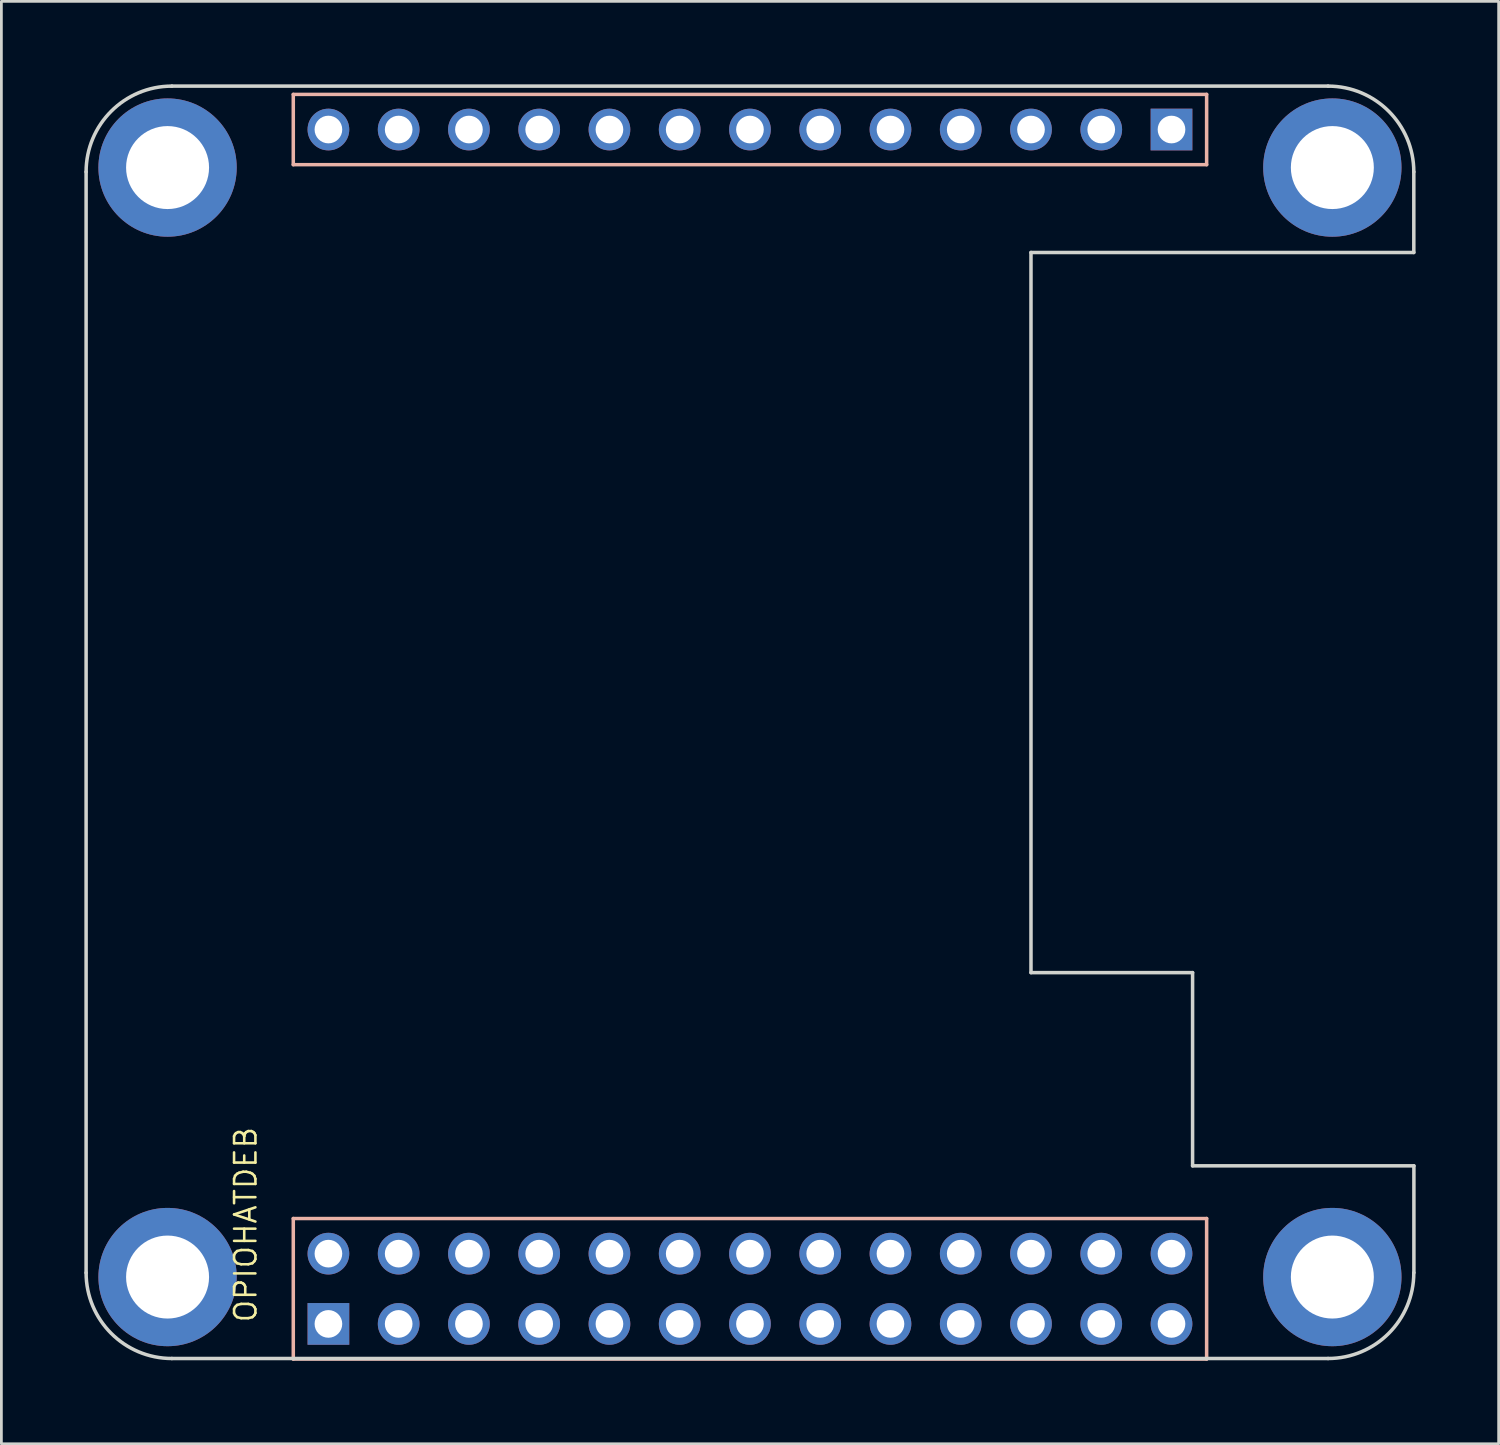
<source format=kicad_pcb>
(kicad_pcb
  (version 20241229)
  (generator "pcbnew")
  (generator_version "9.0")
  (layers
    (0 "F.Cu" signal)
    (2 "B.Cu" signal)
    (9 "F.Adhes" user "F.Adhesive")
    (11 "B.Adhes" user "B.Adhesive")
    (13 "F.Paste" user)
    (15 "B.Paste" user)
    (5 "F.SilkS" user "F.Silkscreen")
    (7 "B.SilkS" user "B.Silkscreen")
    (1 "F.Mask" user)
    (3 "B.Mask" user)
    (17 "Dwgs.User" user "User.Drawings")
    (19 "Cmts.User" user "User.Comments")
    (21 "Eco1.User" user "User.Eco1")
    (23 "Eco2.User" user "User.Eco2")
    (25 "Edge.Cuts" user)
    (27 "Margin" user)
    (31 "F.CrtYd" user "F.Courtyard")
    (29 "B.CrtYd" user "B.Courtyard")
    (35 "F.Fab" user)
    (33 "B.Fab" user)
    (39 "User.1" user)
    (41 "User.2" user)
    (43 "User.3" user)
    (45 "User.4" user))
  (footprint "OPIOHATDEB"
    (layer "F.Cu")
    (at 8.823 44.813)
    (property "Reference" "OPIOHATDEB" (at -2.54 0 90) (layer "F.SilkS") (effects (font (size 0.772 0.772) (thickness 0.093)) (justify left bottom)))
    (attr through_hole)
    (fp_line (start -1.27 -44.45) (end -1.27 -41.91) (stroke (width 0.127) (type solid)) (layer "B.SilkS"))
    (fp_line (start -1.27 -44.45) (end 31.75 -44.45) (stroke (width 0.127) (type solid)) (layer "B.SilkS"))
    (fp_line (start -1.27 -41.91) (end 31.75 -41.91) (stroke (width 0.127) (type solid)) (layer "B.SilkS"))
    (fp_line (start -1.27 -3.81) (end 31.75 -3.81) (stroke (width 0.127) (type solid)) (layer "B.SilkS"))
    (fp_line (start -1.27 1.27) (end -1.27 -3.81) (stroke (width 0.127) (type solid)) (layer "B.SilkS"))
    (fp_line (start -1.27 1.27) (end 31.75 1.27) (stroke (width 0.127) (type solid)) (layer "B.SilkS"))
    (fp_line (start 31.75 -41.91) (end 31.75 -44.45) (stroke (width 0.127) (type solid)) (layer "B.SilkS"))
    (fp_line (start 31.75 -3.81) (end 31.75 1.27) (stroke (width 0.127) (type solid)) (layer "B.SilkS"))
    (fp_line (start -8.76 -41.65) (end -8.76 -1.85) (stroke (width 0.127) (type solid)) (layer "Edge.Cuts"))
    (fp_line (start -5.66 1.25) (end 36.14 1.25) (stroke (width 0.127) (type solid)) (layer "Edge.Cuts"))
    (fp_line (start 25.4 -38.735) (end 25.4 -12.7) (stroke (width 0.127) (type solid)) (layer "Edge.Cuts"))
    (fp_line (start 25.4 -12.7) (end 31.242 -12.7) (stroke (width 0.127) (type solid)) (layer "Edge.Cuts"))
    (fp_line (start 31.242 -12.7) (end 31.242 -5.715) (stroke (width 0.127) (type solid)) (layer "Edge.Cuts"))
    (fp_line (start 31.242 -5.715) (end 39.243 -5.715) (stroke (width 0.127) (type solid)) (layer "Edge.Cuts"))
    (fp_line (start 36.14 -44.75) (end -5.66 -44.75) (stroke (width 0.127) (type solid)) (layer "Edge.Cuts"))
    (fp_line (start 39.24 -38.735) (end 25.4 -38.735) (stroke (width 0.127) (type solid)) (layer "Edge.Cuts"))
    (fp_line (start 39.24 -38.735) (end 39.24 -41.65) (stroke (width 0.127) (type solid)) (layer "Edge.Cuts"))
    (fp_line (start 39.243 -5.715) (end 39.243 -1.854) (stroke (width 0.127) (type solid)) (layer "Edge.Cuts"))
    (fp_arc (start -8.759953 -41.649609) (mid -7.851984 -43.84164) (end -5.659953 -44.749609) (stroke (width 0.127) (type solid)) (layer "Edge.Cuts"))
    (fp_arc (start -5.659953 1.250391) (mid -7.851984 0.342422) (end -8.759953 -1.849609) (stroke (width 0.127) (type solid)) (layer "Edge.Cuts"))
    (fp_arc (start 36.140046 -44.749609) (mid 38.332077 -43.84164) (end 39.240046 -41.649609) (stroke (width 0.127) (type solid)) (layer "Edge.Cuts"))
    (fp_arc (start 39.240045 -1.849609) (mid 38.332076 0.342421) (end 36.140046 1.25039) (stroke (width 0.127) (type solid)) (layer "Edge.Cuts"))
    (pad "" np_thru_hole circle (at -5.815 -41.805) (size 5 5) (drill 3) (layers "*.Cu" "*.Mask"))
    (pad "" np_thru_hole circle (at -5.815 -1.694) (size 5 5) (drill 3) (layers "*.Cu" "*.Mask"))
    (pad "" np_thru_hole circle (at 36.295 -41.805) (size 5 5) (drill 3) (layers "*.Cu" "*.Mask"))
    (pad "" np_thru_hole circle (at 36.295 -1.694) (size 5 5) (drill 3) (layers "*.Cu" "*.Mask"))
    (pad "1" thru_hole rect (at 0 0) (size 1.508 1.508) (drill 1) (layers "*.Cu" "*.Mask"))
    (pad "2" thru_hole circle (at 0 -2.54) (size 1.508 1.508) (drill 1) (layers "*.Cu" "*.Mask"))
    (pad "3" thru_hole circle (at 2.54 0) (size 1.508 1.508) (drill 1) (layers "*.Cu" "*.Mask"))
    (pad "4" thru_hole circle (at 2.54 -2.54) (size 1.508 1.508) (drill 1) (layers "*.Cu" "*.Mask"))
    (pad "5" thru_hole circle (at 5.08 0) (size 1.508 1.508) (drill 1) (layers "*.Cu" "*.Mask"))
    (pad "6" thru_hole circle (at 5.08 -2.54) (size 1.508 1.508) (drill 1) (layers "*.Cu" "*.Mask"))
    (pad "7" thru_hole circle (at 7.62 0) (size 1.508 1.508) (drill 1) (layers "*.Cu" "*.Mask"))
    (pad "8" thru_hole circle (at 7.62 -2.54) (size 1.508 1.508) (drill 1) (layers "*.Cu" "*.Mask"))
    (pad "9" thru_hole circle (at 10.16 0) (size 1.508 1.508) (drill 1) (layers "*.Cu" "*.Mask"))
    (pad "10" thru_hole circle (at 10.16 -2.54) (size 1.508 1.508) (drill 1) (layers "*.Cu" "*.Mask"))
    (pad "11" thru_hole circle (at 12.7 0) (size 1.508 1.508) (drill 1) (layers "*.Cu" "*.Mask"))
    (pad "12" thru_hole circle (at 12.7 -2.54) (size 1.508 1.508) (drill 1) (layers "*.Cu" "*.Mask"))
    (pad "13" thru_hole circle (at 15.24 0) (size 1.508 1.508) (drill 1) (layers "*.Cu" "*.Mask"))
    (pad "14" thru_hole circle (at 15.24 -2.54) (size 1.508 1.508) (drill 1) (layers "*.Cu" "*.Mask"))
    (pad "15" thru_hole circle (at 17.78 0) (size 1.508 1.508) (drill 1) (layers "*.Cu" "*.Mask"))
    (pad "16" thru_hole circle (at 17.78 -2.54) (size 1.508 1.508) (drill 1) (layers "*.Cu" "*.Mask"))
    (pad "17" thru_hole circle (at 20.32 0) (size 1.508 1.508) (drill 1) (layers "*.Cu" "*.Mask"))
    (pad "18" thru_hole circle (at 20.32 -2.54) (size 1.508 1.508) (drill 1) (layers "*.Cu" "*.Mask"))
    (pad "19" thru_hole circle (at 22.86 0) (size 1.508 1.508) (drill 1) (layers "*.Cu" "*.Mask"))
    (pad "20" thru_hole circle (at 22.86 -2.54) (size 1.508 1.508) (drill 1) (layers "*.Cu" "*.Mask"))
    (pad "21" thru_hole circle (at 25.4 0) (size 1.508 1.508) (drill 1) (layers "*.Cu" "*.Mask"))
    (pad "22" thru_hole circle (at 25.4 -2.54) (size 1.508 1.508) (drill 1) (layers "*.Cu" "*.Mask"))
    (pad "23" thru_hole circle (at 27.94 0) (size 1.508 1.508) (drill 1) (layers "*.Cu" "*.Mask"))
    (pad "24" thru_hole circle (at 27.94 -2.54) (size 1.508 1.508) (drill 1) (layers "*.Cu" "*.Mask"))
    (pad "25" thru_hole circle (at 30.48 0) (size 1.508 1.508) (drill 1) (layers "*.Cu" "*.Mask"))
    (pad "26" thru_hole circle (at 30.48 -2.54) (size 1.508 1.508) (drill 1) (layers "*.Cu" "*.Mask"))
    (pad "27" thru_hole rect (at 30.48 -43.18) (size 1.508 1.508) (drill 1) (layers "*.Cu" "*.Mask"))
    (pad "28" thru_hole circle (at 27.94 -43.18) (size 1.508 1.508) (drill 1) (layers "*.Cu" "*.Mask"))
    (pad "29" thru_hole circle (at 25.4 -43.18) (size 1.508 1.508) (drill 1) (layers "*.Cu" "*.Mask"))
    (pad "30" thru_hole circle (at 22.86 -43.18) (size 1.508 1.508) (drill 1) (layers "*.Cu" "*.Mask"))
    (pad "31" thru_hole circle (at 20.32 -43.18) (size 1.508 1.508) (drill 1) (layers "*.Cu" "*.Mask"))
    (pad "32" thru_hole circle (at 17.78 -43.18) (size 1.508 1.508) (drill 1) (layers "*.Cu" "*.Mask"))
    (pad "33" thru_hole circle (at 15.24 -43.18) (size 1.508 1.508) (drill 1) (layers "*.Cu" "*.Mask"))
    (pad "34" thru_hole circle (at 12.7 -43.18) (size 1.508 1.508) (drill 1) (layers "*.Cu" "*.Mask"))
    (pad "35" thru_hole circle (at 10.16 -43.18) (size 1.508 1.508) (drill 1) (layers "*.Cu" "*.Mask"))
    (pad "36" thru_hole circle (at 7.62 -43.18) (size 1.508 1.508) (drill 1) (layers "*.Cu" "*.Mask"))
    (pad "37" thru_hole circle (at 5.08 -43.18) (size 1.508 1.508) (drill 1) (layers "*.Cu" "*.Mask"))
    (pad "38" thru_hole circle (at 2.54 -43.18) (size 1.508 1.508) (drill 1) (layers "*.Cu" "*.Mask"))
    (pad "39" thru_hole circle (at 0 -43.18) (size 1.508 1.508) (drill 1) (layers "*.Cu" "*.Mask")))
  (gr_rect
    (start -3 -3)
    (end 51.13 49.147)
    (stroke (width 0.1) (type default))
    (fill no)
    (layer "Edge.Cuts")))
</source>
